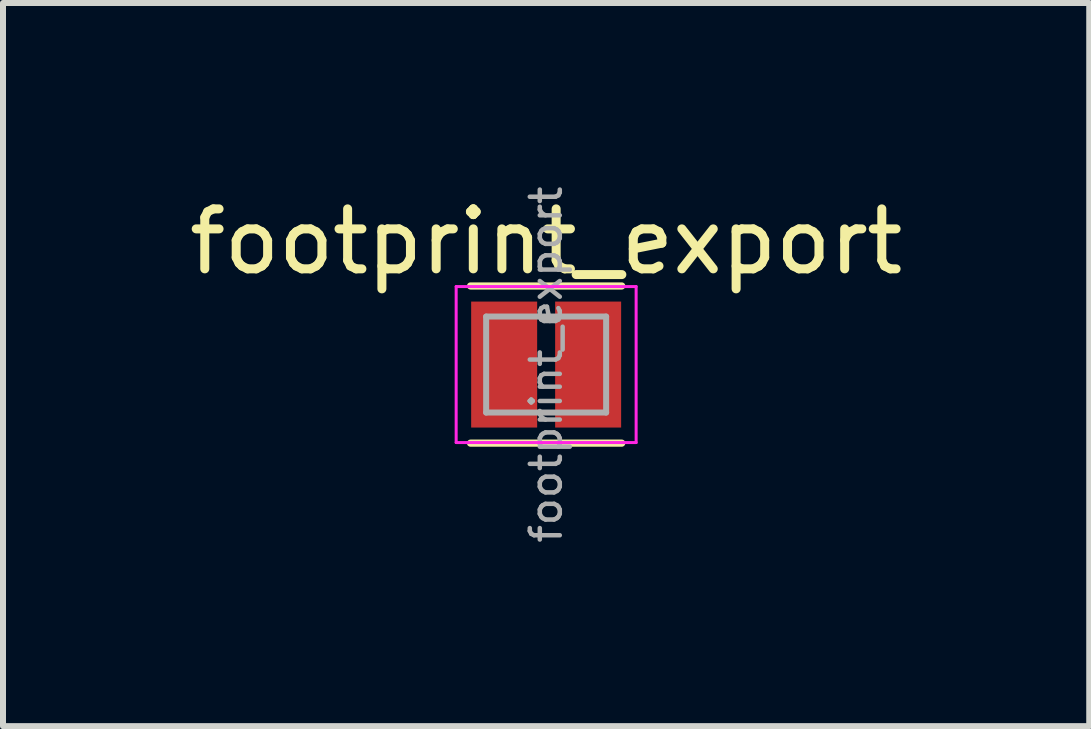
<source format=kicad_pcb>
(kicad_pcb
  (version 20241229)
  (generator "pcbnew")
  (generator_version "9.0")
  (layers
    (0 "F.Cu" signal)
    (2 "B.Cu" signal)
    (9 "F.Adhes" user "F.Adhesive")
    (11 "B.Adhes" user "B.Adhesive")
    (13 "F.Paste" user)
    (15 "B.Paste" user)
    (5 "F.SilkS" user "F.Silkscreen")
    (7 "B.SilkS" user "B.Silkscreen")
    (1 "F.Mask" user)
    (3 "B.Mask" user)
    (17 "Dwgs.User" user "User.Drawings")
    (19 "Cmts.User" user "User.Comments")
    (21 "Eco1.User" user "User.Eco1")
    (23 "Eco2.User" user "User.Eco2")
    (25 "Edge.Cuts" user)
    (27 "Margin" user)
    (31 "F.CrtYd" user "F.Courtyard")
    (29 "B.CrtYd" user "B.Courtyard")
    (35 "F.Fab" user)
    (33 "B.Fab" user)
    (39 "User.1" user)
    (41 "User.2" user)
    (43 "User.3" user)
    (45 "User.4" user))
  (footprint "footprint_export"
    (layer "F.Cu")
    (at 6.054 3.027)
    (property "Reference" "footprint_export" (at 0 -2.05 0) (layer "F.SilkS") (effects (font (size 1 1) (thickness 0.15))))
    (attr smd)
    (fp_line (start -1.26 -1.31) (end 1.26 -1.31) (stroke (width 0.12) (type solid)) (layer "F.SilkS"))
    (fp_line (start -1.26 1.31) (end 1.26 1.31) (stroke (width 0.12) (type solid)) (layer "F.SilkS"))
    (fp_line (start -1.5 -1.3) (end -1.5 1.3) (stroke (width 0.05) (type solid)) (layer "F.CrtYd"))
    (fp_line (start -1.5 1.3) (end 1.5 1.3) (stroke (width 0.05) (type solid)) (layer "F.CrtYd"))
    (fp_line (start 1.5 -1.3) (end -1.5 -1.3) (stroke (width 0.05) (type solid)) (layer "F.CrtYd"))
    (fp_line (start 1.5 1.3) (end 1.5 -1.3) (stroke (width 0.05) (type solid)) (layer "F.CrtYd"))
    (fp_line (start -1 -0.8) (end -1 0.8) (stroke (width 0.1) (type solid)) (layer "F.Fab"))
    (fp_line (start -1 0.8) (end 1 0.8) (stroke (width 0.1) (type solid)) (layer "F.Fab"))
    (fp_line (start 1 -0.8) (end -1 -0.8) (stroke (width 0.1) (type solid)) (layer "F.Fab"))
    (fp_line (start 1 0.8) (end 1 -0.8) (stroke (width 0.1) (type solid)) (layer "F.Fab"))
    (fp_text user "${REFERENCE}" (at 0 0 90) (layer "F.Fab") (effects (font (size 0.5 0.5) (thickness 0.075))))
    (pad "1" smd rect (at -0.7 0) (size 1.1 2.1) (layers "F.Cu" "F.Mask" "F.Paste"))
    (pad "2" smd rect (at 0.7 0) (size 1.1 2.1) (layers "F.Cu" "F.Mask" "F.Paste")))
  (gr_rect
    (start -3 -3)
    (end 15.107 9.054)
    (stroke (width 0.1) (type default))
    (fill no)
    (layer "Edge.Cuts")))
</source>
